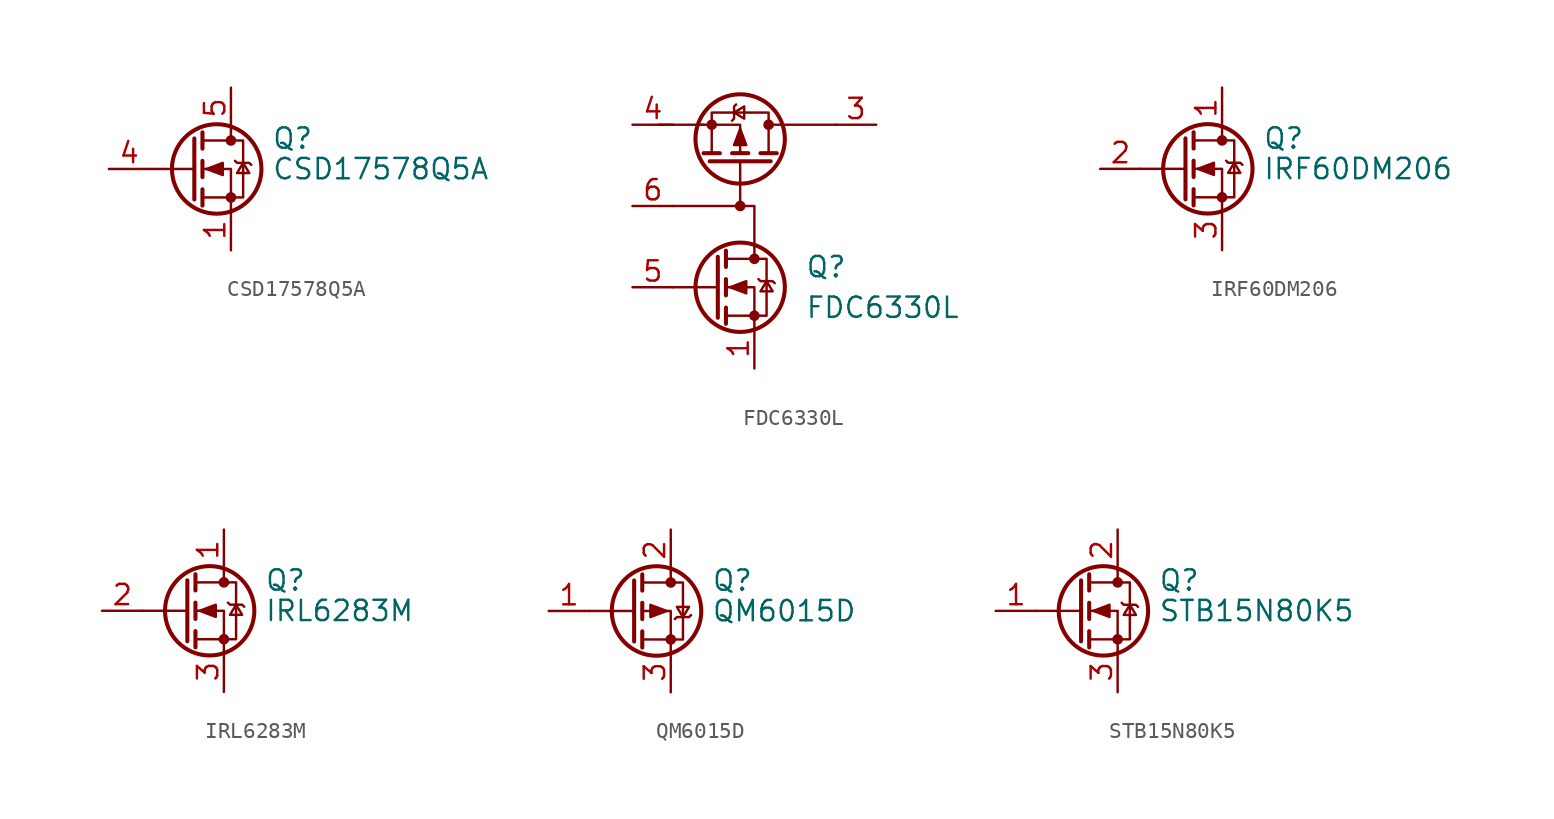
<source format=kicad_sym>
(kicad_symbol_lib
  (version 20200908)
  (generator kicad_symbol_editor)
  (symbol "Transistor_FET:CSD17578Q5A"
    (pin_names hide)
    (property "Reference" "Q"
      (at 5.08 1.905 0)
      (effects (font (size 1.27 1.27)) (justify left)))
    (property "Value" "CSD17578Q5A"
      (at 5.08 0 0)
      (effects (font (size 1.27 1.27)) (justify left)))
    (symbol "CSD17578Q5A_0_1"
      (circle (center 1.651 0) (radius 2.794) (stroke (width 0.254)) (fill (type none)))
      (circle (center 2.54 -1.778) (radius 0.254) (stroke (width 0)) (fill (type outline)))
      (circle (center 2.54 1.778) (radius 0.254) (stroke (width 0)) (fill (type outline)))
      (polyline (pts (xy 0.254 0) (xy -2.54 0)) (stroke (width 0)) (fill (type none)))
      (polyline (pts (xy 0.254 1.905) (xy 0.254 -1.905)) (stroke (width 0.254)) (fill (type none)))
      (polyline (pts (xy 0.762 -1.27) (xy 0.762 -2.286)) (stroke (width 0.254)) (fill (type none)))
      (polyline (pts (xy 0.762 0.508) (xy 0.762 -0.508)) (stroke (width 0.254)) (fill (type none)))
      (polyline (pts (xy 0.762 2.286) (xy 0.762 1.27)) (stroke (width 0.254)) (fill (type none)))
      (polyline (pts (xy 2.54 2.54) (xy 2.54 1.778)) (stroke (width 0)) (fill (type none)))
      (polyline (pts (xy 2.54 -2.54) (xy 2.54 0) (xy 0.762 0)) (stroke (width 0)) (fill (type none)))
      (polyline (pts (xy 0.762 -1.778) (xy 3.302 -1.778) (xy 3.302 1.778) (xy 0.762 1.778)) (stroke (width 0)) (fill (type none)))
      (polyline (pts (xy 1.016 0) (xy 2.032 0.381) (xy 2.032 -0.381) (xy 1.016 0)) (stroke (width 0)) (fill (type outline)))
      (polyline (pts (xy 2.794 0.508) (xy 2.921 0.381) (xy 3.683 0.381) (xy 3.81 0.254)) (stroke (width 0)) (fill (type none)))
      (polyline (pts (xy 3.302 0.381) (xy 2.921 -0.254) (xy 3.683 -0.254) (xy 3.302 0.381)) (stroke (width 0)) (fill (type none))))
    (symbol "CSD17578Q5A_1_1"
      (pin passive line (at 2.54 -5.08 90) (length 2.54) (name "S" (effects (font (size 1.27 1.27)))) (number "1" (effects (font (size 1.27 1.27)))))
      (pin passive line (at 2.54 -5.08 90) (length 2.54) hide (name "S" (effects (font (size 1.27 1.27)))) (number "2" (effects (font (size 1.27 1.27)))))
      (pin passive line (at 2.54 -5.08 90) (length 2.54) hide (name "S" (effects (font (size 1.27 1.27)))) (number "3" (effects (font (size 1.27 1.27)))))
      (pin passive line (at -5.08 0 0) (length 2.54) (name "G" (effects (font (size 1.27 1.27)))) (number "4" (effects (font (size 1.27 1.27)))))
      (pin passive line (at 2.54 5.08 270) (length 2.54) (name "D" (effects (font (size 1.27 1.27)))) (number "5" (effects (font (size 1.27 1.27)))))))
  (symbol "Transistor_FET:FDC6330L"
    (pin_names hide)
    (property "Reference" "Q"
      (at 3.175 -1.27 0)
      (effects (font (size 1.27 1.27)) (justify left)))
    (property "Value" "FDC6330L"
      (at 3.175 -3.81 0)
      (effects (font (size 1.27 1.27)) (justify left)))
    (symbol "FDC6330L_0_1"
      (circle (center -0.889 -2.54) (radius 2.794) (stroke (width 0.254)) (fill (type none)))
      (circle (center 0 -4.318) (radius 0.254) (stroke (width 0)) (fill (type outline)))
      (circle (center 0 -0.762) (radius 0.254) (stroke (width 0)) (fill (type outline)))
      (polyline (pts (xy -2.286 -2.54) (xy -5.08 -2.54)) (stroke (width 0)) (fill (type none)))
      (polyline (pts (xy -2.286 -0.635) (xy -2.286 -4.445)) (stroke (width 0.254)) (fill (type none)))
      (polyline (pts (xy -1.778 -3.81) (xy -1.778 -4.826)) (stroke (width 0.254)) (fill (type none)))
      (polyline (pts (xy -1.778 -2.032) (xy -1.778 -3.048)) (stroke (width 0.254)) (fill (type none)))
      (polyline (pts (xy -1.778 -0.254) (xy -1.778 -1.27)) (stroke (width 0.254)) (fill (type none)))
      (polyline (pts (xy 0 0) (xy 0 -0.762)) (stroke (width 0)) (fill (type none)))
      (polyline (pts (xy 5.08 7.62) (xy 1.651 7.62)) (stroke (width 0)) (fill (type none)))
      (polyline (pts (xy -5.08 2.54) (xy 0 2.54) (xy 0 0)) (stroke (width 0)) (fill (type none)))
      (polyline (pts (xy 0 -5.08) (xy 0 -2.54) (xy -1.778 -2.54)) (stroke (width 0)) (fill (type none)))
      (polyline (pts (xy -1.778 -4.318) (xy 0.762 -4.318) (xy 0.762 -0.762) (xy -1.778 -0.762)) (stroke (width 0)) (fill (type none))))
    (symbol "FDC6330L_1_1"
      (circle (center -2.667 7.62) (radius 0.254) (stroke (width 0)) (fill (type outline)))
      (circle (center -0.889 2.54) (radius 0.254) (stroke (width 0)) (fill (type outline)))
      (circle (center -0.889 6.731) (radius 2.794) (stroke (width 0.254)) (fill (type none)))
      (circle (center 0.889 7.62) (radius 0.254) (stroke (width 0)) (fill (type outline)))
      (polyline (pts (xy -3.175 7.62) (xy -5.969 7.62)) (stroke (width 0)) (fill (type none)))
      (polyline (pts (xy -2.159 5.842) (xy -3.175 5.842)) (stroke (width 0.254)) (fill (type none)))
      (polyline (pts (xy -0.889 5.334) (xy -0.889 2.54)) (stroke (width 0)) (fill (type none)))
      (polyline (pts (xy -0.381 5.842) (xy -1.397 5.842)) (stroke (width 0.254)) (fill (type none)))
      (polyline (pts (xy 1.016 5.334) (xy -2.794 5.334)) (stroke (width 0.254)) (fill (type none)))
      (polyline (pts (xy 1.397 5.842) (xy 0.381 5.842)) (stroke (width 0.254)) (fill (type none)))
      (polyline (pts (xy 1.651 7.62) (xy 0.889 7.62)) (stroke (width 0)) (fill (type none)))
      (polyline (pts (xy -3.429 7.62) (xy -0.889 7.62) (xy -0.889 5.842)) (stroke (width 0)) (fill (type none)))
      (polyline (pts (xy -2.667 5.842) (xy -2.667 8.382) (xy 0.889 8.382) (xy 0.889 5.842)) (stroke (width 0)) (fill (type none)))
      (polyline (pts (xy -1.524 -2.54) (xy -0.508 -2.159) (xy -0.508 -2.921) (xy -1.524 -2.54)) (stroke (width 0)) (fill (type outline)))
      (polyline (pts (xy -1.397 7.874) (xy -1.27 8.001) (xy -1.27 8.763) (xy -1.143 8.89)) (stroke (width 0)) (fill (type none)))
      (polyline (pts (xy -1.27 8.382) (xy -0.635 8.001) (xy -0.635 8.763) (xy -1.27 8.382)) (stroke (width 0)) (fill (type none)))
      (polyline (pts (xy -0.889 7.366) (xy -0.508 6.35) (xy -1.27 6.35) (xy -0.889 7.366)) (stroke (width 0)) (fill (type outline)))
      (polyline (pts (xy 0.254 -2.032) (xy 0.381 -2.159) (xy 1.143 -2.159) (xy 1.27 -2.286)) (stroke (width 0)) (fill (type none)))
      (polyline (pts (xy 0.762 -2.159) (xy 0.381 -2.794) (xy 1.143 -2.794) (xy 0.762 -2.159)) (stroke (width 0)) (fill (type none)))
      (pin passive line (at 0 -7.62 90) (length 2.54) (name "S1" (effects (font (size 1.27 1.27)))) (number "1" (effects (font (size 1.27 1.27)))))
      (pin passive line (at 7.62 7.62 180) (length 2.54) hide (name "D2" (effects (font (size 1.27 1.27)))) (number "2" (effects (font (size 1.27 1.27)))))
      (pin passive line (at 7.62 7.62 180) (length 2.54) (name "D2" (effects (font (size 1.27 1.27)))) (number "3" (effects (font (size 1.27 1.27)))))
      (pin passive line (at -7.62 7.62 0) (length 2.54) (name "S2" (effects (font (size 1.27 1.27)))) (number "4" (effects (font (size 1.27 1.27)))))
      (pin passive line (at -7.62 -2.54 0) (length 2.54) (name "G1" (effects (font (size 1.27 1.27)))) (number "5" (effects (font (size 1.27 1.27)))))
      (pin passive line (at -7.62 2.54 0) (length 2.54) (name "D1" (effects (font (size 1.27 1.27)))) (number "6" (effects (font (size 1.27 1.27)))))))
  (symbol "Transistor_FET:IRF60DM206"
    (pin_names hide)
    (property "Reference" "Q"
      (at 5.08 1.905 0)
      (effects (font (size 1.27 1.27)) (justify left)))
    (property "Value" "IRF60DM206"
      (at 5.08 0 0)
      (effects (font (size 1.27 1.27)) (justify left)))
    (symbol "IRF60DM206_0_1"
      (circle (center 1.651 0) (radius 2.794) (stroke (width 0.254)) (fill (type none)))
      (circle (center 2.54 -1.778) (radius 0.254) (stroke (width 0)) (fill (type outline)))
      (circle (center 2.54 1.778) (radius 0.254) (stroke (width 0)) (fill (type outline)))
      (polyline (pts (xy 0.254 0) (xy -2.54 0)) (stroke (width 0)) (fill (type none)))
      (polyline (pts (xy 0.254 1.905) (xy 0.254 -1.905)) (stroke (width 0.254)) (fill (type none)))
      (polyline (pts (xy 0.762 -1.27) (xy 0.762 -2.286)) (stroke (width 0.254)) (fill (type none)))
      (polyline (pts (xy 0.762 0.508) (xy 0.762 -0.508)) (stroke (width 0.254)) (fill (type none)))
      (polyline (pts (xy 0.762 2.286) (xy 0.762 1.27)) (stroke (width 0.254)) (fill (type none)))
      (polyline (pts (xy 2.54 2.54) (xy 2.54 1.778)) (stroke (width 0)) (fill (type none)))
      (polyline (pts (xy 2.54 -2.54) (xy 2.54 0) (xy 0.762 0)) (stroke (width 0)) (fill (type none)))
      (polyline (pts (xy 0.762 -1.778) (xy 3.302 -1.778) (xy 3.302 1.778) (xy 0.762 1.778)) (stroke (width 0)) (fill (type none)))
      (polyline (pts (xy 1.016 0) (xy 2.032 0.381) (xy 2.032 -0.381) (xy 1.016 0)) (stroke (width 0)) (fill (type outline)))
      (polyline (pts (xy 2.794 0.508) (xy 2.921 0.381) (xy 3.683 0.381) (xy 3.81 0.254)) (stroke (width 0)) (fill (type none)))
      (polyline (pts (xy 3.302 0.381) (xy 2.921 -0.254) (xy 3.683 -0.254) (xy 3.302 0.381)) (stroke (width 0)) (fill (type none))))
    (symbol "IRF60DM206_1_1"
      (pin passive line (at 2.54 5.08 270) (length 2.54) (name "D" (effects (font (size 1.27 1.27)))) (number "1" (effects (font (size 1.27 1.27)))))
      (pin input line (at -5.08 0 0) (length 2.54) (name "G" (effects (font (size 1.27 1.27)))) (number "2" (effects (font (size 1.27 1.27)))))
      (pin passive line (at 2.54 -5.08 90) (length 2.54) (name "S" (effects (font (size 1.27 1.27)))) (number "3" (effects (font (size 1.27 1.27)))))))
  (symbol "Transistor_FET:IRL6283M"
    (pin_names hide)
    (property "Reference" "Q"
      (at 5.08 1.905 0)
      (effects (font (size 1.27 1.27)) (justify left)))
    (property "Value" "IRL6283M"
      (at 5.08 0 0)
      (effects (font (size 1.27 1.27)) (justify left)))
    (symbol "IRL6283M_0_1"
      (circle (center 1.651 0) (radius 2.794) (stroke (width 0.254)) (fill (type none)))
      (circle (center 2.54 -1.778) (radius 0.254) (stroke (width 0)) (fill (type outline)))
      (circle (center 2.54 1.778) (radius 0.254) (stroke (width 0)) (fill (type outline)))
      (polyline (pts (xy 0.254 0) (xy -2.54 0)) (stroke (width 0)) (fill (type none)))
      (polyline (pts (xy 0.254 1.905) (xy 0.254 -1.905)) (stroke (width 0.254)) (fill (type none)))
      (polyline (pts (xy 0.762 -1.27) (xy 0.762 -2.286)) (stroke (width 0.254)) (fill (type none)))
      (polyline (pts (xy 0.762 0.508) (xy 0.762 -0.508)) (stroke (width 0.254)) (fill (type none)))
      (polyline (pts (xy 0.762 2.286) (xy 0.762 1.27)) (stroke (width 0.254)) (fill (type none)))
      (polyline (pts (xy 2.54 2.54) (xy 2.54 1.778)) (stroke (width 0)) (fill (type none)))
      (polyline (pts (xy 2.54 -2.54) (xy 2.54 0) (xy 0.762 0)) (stroke (width 0)) (fill (type none)))
      (polyline (pts (xy 0.762 -1.778) (xy 3.302 -1.778) (xy 3.302 1.778) (xy 0.762 1.778)) (stroke (width 0)) (fill (type none)))
      (polyline (pts (xy 1.016 0) (xy 2.032 0.381) (xy 2.032 -0.381) (xy 1.016 0)) (stroke (width 0)) (fill (type outline)))
      (polyline (pts (xy 2.794 0.508) (xy 2.921 0.381) (xy 3.683 0.381) (xy 3.81 0.254)) (stroke (width 0)) (fill (type none)))
      (polyline (pts (xy 3.302 0.381) (xy 2.921 -0.254) (xy 3.683 -0.254) (xy 3.302 0.381)) (stroke (width 0)) (fill (type none))))
    (symbol "IRL6283M_1_1"
      (pin passive line (at 2.54 5.08 270) (length 2.54) (name "D" (effects (font (size 1.27 1.27)))) (number "1" (effects (font (size 1.27 1.27)))))
      (pin input line (at -5.08 0 0) (length 2.54) (name "G" (effects (font (size 1.27 1.27)))) (number "2" (effects (font (size 1.27 1.27)))))
      (pin passive line (at 2.54 -5.08 90) (length 2.54) (name "S" (effects (font (size 1.27 1.27)))) (number "3" (effects (font (size 1.27 1.27)))))))
  (symbol "Transistor_FET:QM6015D"
    (pin_names hide)
    (property "Reference" "Q"
      (at 5.08 1.905 0)
      (effects (font (size 1.27 1.27)) (justify left)))
    (property "Value" "QM6015D"
      (at 5.08 0 0)
      (effects (font (size 1.27 1.27)) (justify left)))
    (symbol "QM6015D_0_1"
      (circle (center 1.651 0) (radius 2.794) (stroke (width 0.254)) (fill (type none)))
      (circle (center 2.54 -1.778) (radius 0.254) (stroke (width 0)) (fill (type outline)))
      (circle (center 2.54 1.778) (radius 0.254) (stroke (width 0)) (fill (type outline)))
      (polyline (pts (xy 0.254 0) (xy -2.54 0)) (stroke (width 0)) (fill (type none)))
      (polyline (pts (xy 0.254 1.905) (xy 0.254 -1.905)) (stroke (width 0.254)) (fill (type none)))
      (polyline (pts (xy 0.762 -1.27) (xy 0.762 -2.286)) (stroke (width 0.254)) (fill (type none)))
      (polyline (pts (xy 0.762 0.508) (xy 0.762 -0.508)) (stroke (width 0.254)) (fill (type none)))
      (polyline (pts (xy 0.762 2.286) (xy 0.762 1.27)) (stroke (width 0.254)) (fill (type none)))
      (polyline (pts (xy 2.54 2.54) (xy 2.54 1.778)) (stroke (width 0)) (fill (type none)))
      (polyline (pts (xy 2.54 -2.54) (xy 2.54 0) (xy 0.762 0)) (stroke (width 0)) (fill (type none)))
      (polyline (pts (xy 0.762 1.778) (xy 3.302 1.778) (xy 3.302 -1.778) (xy 0.762 -1.778)) (stroke (width 0)) (fill (type none)))
      (polyline (pts (xy 2.286 0) (xy 1.27 0.381) (xy 1.27 -0.381) (xy 2.286 0)) (stroke (width 0)) (fill (type outline)))
      (polyline (pts (xy 2.794 -0.508) (xy 2.921 -0.381) (xy 3.683 -0.381) (xy 3.81 -0.254)) (stroke (width 0)) (fill (type none)))
      (polyline (pts (xy 3.302 -0.381) (xy 2.921 0.254) (xy 3.683 0.254) (xy 3.302 -0.381)) (stroke (width 0)) (fill (type none))))
    (symbol "QM6015D_1_1"
      (pin passive line (at -5.08 0 0) (length 2.54) (name "G" (effects (font (size 1.27 1.27)))) (number "1" (effects (font (size 1.27 1.27)))))
      (pin passive line (at 2.54 5.08 270) (length 2.54) (name "D" (effects (font (size 1.27 1.27)))) (number "2" (effects (font (size 1.27 1.27)))))
      (pin passive line (at 2.54 -5.08 90) (length 2.54) (name "S" (effects (font (size 1.27 1.27)))) (number "3" (effects (font (size 1.27 1.27)))))))
  (symbol "Transistor_FET:STB15N80K5"
    (pin_names hide)
    (property "Reference" "Q"
      (at 5.08 1.905 0)
      (effects (font (size 1.27 1.27)) (justify left)))
    (property "Value" "STB15N80K5"
      (at 5.08 0 0)
      (effects (font (size 1.27 1.27)) (justify left)))
    (symbol "STB15N80K5_0_1"
      (circle (center 1.651 0) (radius 2.794) (stroke (width 0.254)) (fill (type none)))
      (circle (center 2.54 -1.778) (radius 0.254) (stroke (width 0)) (fill (type outline)))
      (circle (center 2.54 1.778) (radius 0.254) (stroke (width 0)) (fill (type outline)))
      (polyline (pts (xy 0.254 0) (xy -2.54 0)) (stroke (width 0)) (fill (type none)))
      (polyline (pts (xy 0.254 1.905) (xy 0.254 -1.905)) (stroke (width 0.254)) (fill (type none)))
      (polyline (pts (xy 0.762 -1.27) (xy 0.762 -2.286)) (stroke (width 0.254)) (fill (type none)))
      (polyline (pts (xy 0.762 0.508) (xy 0.762 -0.508)) (stroke (width 0.254)) (fill (type none)))
      (polyline (pts (xy 0.762 2.286) (xy 0.762 1.27)) (stroke (width 0.254)) (fill (type none)))
      (polyline (pts (xy 2.54 2.54) (xy 2.54 1.778)) (stroke (width 0)) (fill (type none)))
      (polyline (pts (xy 2.54 -2.54) (xy 2.54 0) (xy 0.762 0)) (stroke (width 0)) (fill (type none)))
      (polyline (pts (xy 0.762 -1.778) (xy 3.302 -1.778) (xy 3.302 1.778) (xy 0.762 1.778)) (stroke (width 0)) (fill (type none)))
      (polyline (pts (xy 1.016 0) (xy 2.032 0.381) (xy 2.032 -0.381) (xy 1.016 0)) (stroke (width 0)) (fill (type outline)))
      (polyline (pts (xy 2.794 0.508) (xy 2.921 0.381) (xy 3.683 0.381) (xy 3.81 0.254)) (stroke (width 0)) (fill (type none)))
      (polyline (pts (xy 3.302 0.381) (xy 2.921 -0.254) (xy 3.683 -0.254) (xy 3.302 0.381)) (stroke (width 0)) (fill (type none))))
    (symbol "STB15N80K5_1_1"
      (pin passive line (at -5.08 0 0) (length 2.54) (name "G" (effects (font (size 1.27 1.27)))) (number "1" (effects (font (size 1.27 1.27)))))
      (pin passive line (at 2.54 5.08 270) (length 2.54) (name "D" (effects (font (size 1.27 1.27)))) (number "2" (effects (font (size 1.27 1.27)))))
      (pin passive line (at 2.54 -5.08 90) (length 2.54) (name "S" (effects (font (size 1.27 1.27)))) (number "3" (effects (font (size 1.27 1.27))))))))
</source>
